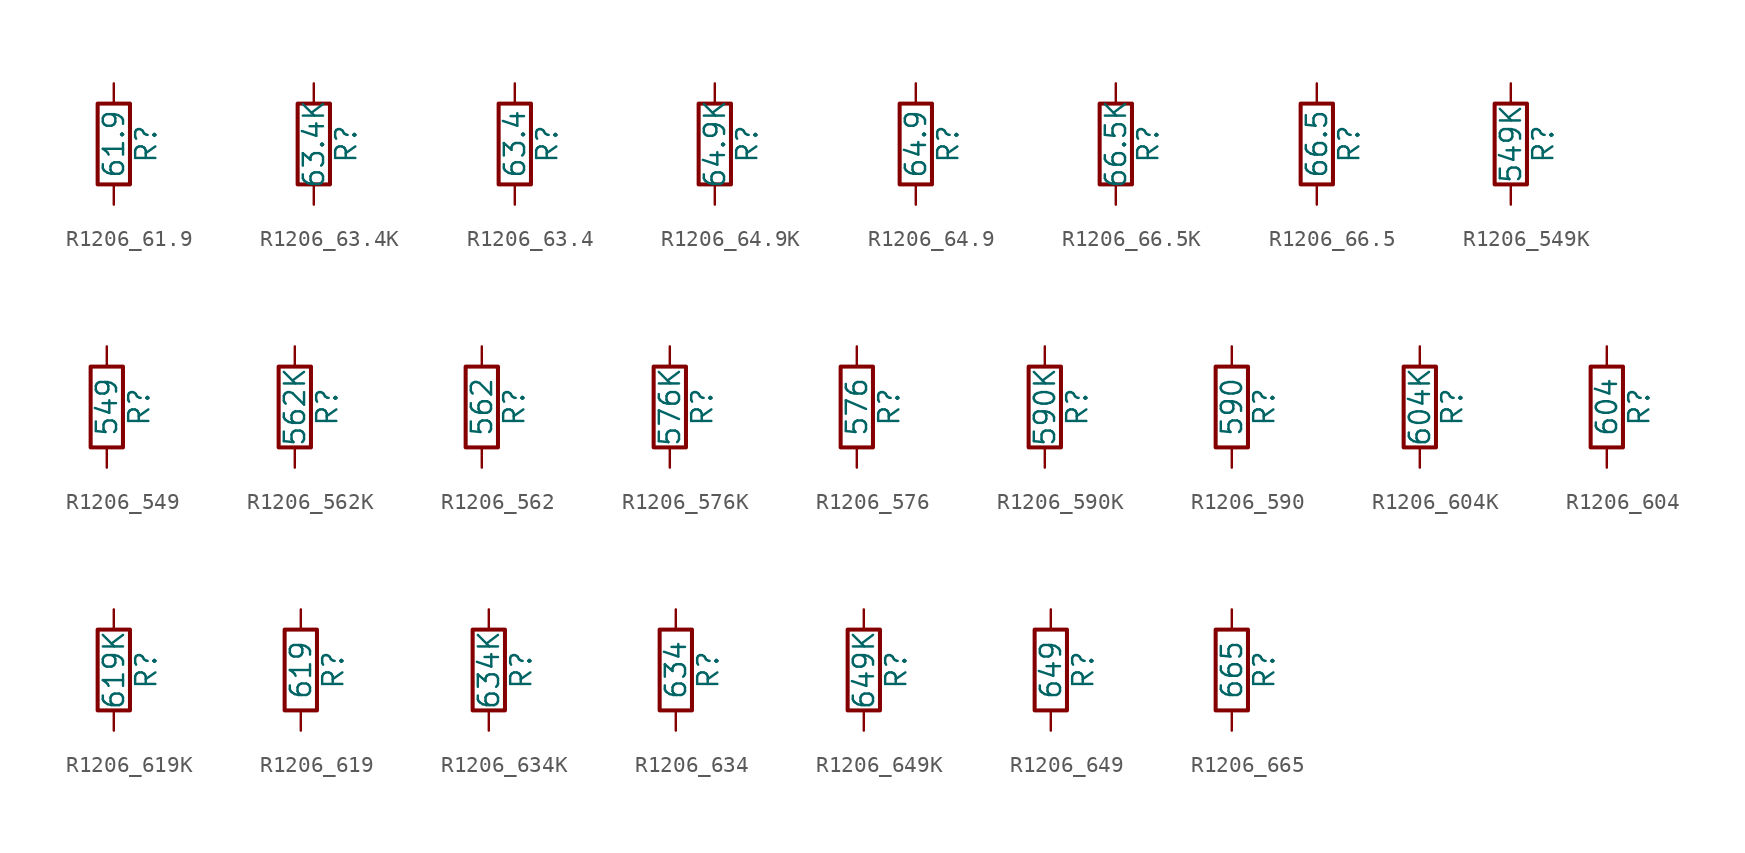
<source format=kicad_sym>
(kicad_symbol_lib
  (version 20211014)
  (generator atlantix-eda)
  (symbol "R1206_61.9"
    (pin_numbers hide)
    (pin_names
      (offset 0))
    (property "Reference" "R"
      (at 2.032 0 90)
      (effects (font (size 1.27 1.27))))
    (property "Value" "61.9"
      (at 0 0 90)
      (effects (font (size 1.27 1.27))))
    (symbol "R1206_61.9_0_1"
      (rectangle (start -1.016 -2.54) (end 1.016 2.54) (stroke (width 0.254) (type default) (color 0 0 0 0)) (fill (type none))))
    (symbol "R1206_61.9_1_1"
      (pin passive line (at 0 3.81 270) (length 1.27) (name "~" (effects (font (size 1.27 1.27)))) (number "1" (effects (font (size 1.27 1.27)))))
      (pin passive line (at 0 -3.81 90) (length 1.27) (name "~" (effects (font (size 1.27 1.27)))) (number "2" (effects (font (size 1.27 1.27)))))))
  (symbol "R1206_63.4K"
    (pin_numbers hide)
    (pin_names
      (offset 0))
    (property "Reference" "R"
      (at 2.032 0 90)
      (effects (font (size 1.27 1.27))))
    (property "Value" "63.4K"
      (at 0 0 90)
      (effects (font (size 1.27 1.27))))
    (symbol "R1206_63.4K_0_1"
      (rectangle (start -1.016 -2.54) (end 1.016 2.54) (stroke (width 0.254) (type default) (color 0 0 0 0)) (fill (type none))))
    (symbol "R1206_63.4K_1_1"
      (pin passive line (at 0 3.81 270) (length 1.27) (name "~" (effects (font (size 1.27 1.27)))) (number "1" (effects (font (size 1.27 1.27)))))
      (pin passive line (at 0 -3.81 90) (length 1.27) (name "~" (effects (font (size 1.27 1.27)))) (number "2" (effects (font (size 1.27 1.27)))))))
  (symbol "R1206_63.4"
    (pin_numbers hide)
    (pin_names
      (offset 0))
    (property "Reference" "R"
      (at 2.032 0 90)
      (effects (font (size 1.27 1.27))))
    (property "Value" "63.4"
      (at 0 0 90)
      (effects (font (size 1.27 1.27))))
    (symbol "R1206_63.4_0_1"
      (rectangle (start -1.016 -2.54) (end 1.016 2.54) (stroke (width 0.254) (type default) (color 0 0 0 0)) (fill (type none))))
    (symbol "R1206_63.4_1_1"
      (pin passive line (at 0 3.81 270) (length 1.27) (name "~" (effects (font (size 1.27 1.27)))) (number "1" (effects (font (size 1.27 1.27)))))
      (pin passive line (at 0 -3.81 90) (length 1.27) (name "~" (effects (font (size 1.27 1.27)))) (number "2" (effects (font (size 1.27 1.27)))))))
  (symbol "R1206_64.9K"
    (pin_numbers hide)
    (pin_names
      (offset 0))
    (property "Reference" "R"
      (at 2.032 0 90)
      (effects (font (size 1.27 1.27))))
    (property "Value" "64.9K"
      (at 0 0 90)
      (effects (font (size 1.27 1.27))))
    (symbol "R1206_64.9K_0_1"
      (rectangle (start -1.016 -2.54) (end 1.016 2.54) (stroke (width 0.254) (type default) (color 0 0 0 0)) (fill (type none))))
    (symbol "R1206_64.9K_1_1"
      (pin passive line (at 0 3.81 270) (length 1.27) (name "~" (effects (font (size 1.27 1.27)))) (number "1" (effects (font (size 1.27 1.27)))))
      (pin passive line (at 0 -3.81 90) (length 1.27) (name "~" (effects (font (size 1.27 1.27)))) (number "2" (effects (font (size 1.27 1.27)))))))
  (symbol "R1206_64.9"
    (pin_numbers hide)
    (pin_names
      (offset 0))
    (property "Reference" "R"
      (at 2.032 0 90)
      (effects (font (size 1.27 1.27))))
    (property "Value" "64.9"
      (at 0 0 90)
      (effects (font (size 1.27 1.27))))
    (symbol "R1206_64.9_0_1"
      (rectangle (start -1.016 -2.54) (end 1.016 2.54) (stroke (width 0.254) (type default) (color 0 0 0 0)) (fill (type none))))
    (symbol "R1206_64.9_1_1"
      (pin passive line (at 0 3.81 270) (length 1.27) (name "~" (effects (font (size 1.27 1.27)))) (number "1" (effects (font (size 1.27 1.27)))))
      (pin passive line (at 0 -3.81 90) (length 1.27) (name "~" (effects (font (size 1.27 1.27)))) (number "2" (effects (font (size 1.27 1.27)))))))
  (symbol "R1206_66.5K"
    (pin_numbers hide)
    (pin_names
      (offset 0))
    (property "Reference" "R"
      (at 2.032 0 90)
      (effects (font (size 1.27 1.27))))
    (property "Value" "66.5K"
      (at 0 0 90)
      (effects (font (size 1.27 1.27))))
    (symbol "R1206_66.5K_0_1"
      (rectangle (start -1.016 -2.54) (end 1.016 2.54) (stroke (width 0.254) (type default) (color 0 0 0 0)) (fill (type none))))
    (symbol "R1206_66.5K_1_1"
      (pin passive line (at 0 3.81 270) (length 1.27) (name "~" (effects (font (size 1.27 1.27)))) (number "1" (effects (font (size 1.27 1.27)))))
      (pin passive line (at 0 -3.81 90) (length 1.27) (name "~" (effects (font (size 1.27 1.27)))) (number "2" (effects (font (size 1.27 1.27)))))))
  (symbol "R1206_66.5"
    (pin_numbers hide)
    (pin_names
      (offset 0))
    (property "Reference" "R"
      (at 2.032 0 90)
      (effects (font (size 1.27 1.27))))
    (property "Value" "66.5"
      (at 0 0 90)
      (effects (font (size 1.27 1.27))))
    (symbol "R1206_66.5_0_1"
      (rectangle (start -1.016 -2.54) (end 1.016 2.54) (stroke (width 0.254) (type default) (color 0 0 0 0)) (fill (type none))))
    (symbol "R1206_66.5_1_1"
      (pin passive line (at 0 3.81 270) (length 1.27) (name "~" (effects (font (size 1.27 1.27)))) (number "1" (effects (font (size 1.27 1.27)))))
      (pin passive line (at 0 -3.81 90) (length 1.27) (name "~" (effects (font (size 1.27 1.27)))) (number "2" (effects (font (size 1.27 1.27)))))))
  (symbol "R1206_549K"
    (pin_numbers hide)
    (pin_names
      (offset 0))
    (property "Reference" "R"
      (at 2.032 0 90)
      (effects (font (size 1.27 1.27))))
    (property "Value" "549K"
      (at 0 0 90)
      (effects (font (size 1.27 1.27))))
    (symbol "R1206_549K_0_1"
      (rectangle (start -1.016 -2.54) (end 1.016 2.54) (stroke (width 0.254) (type default) (color 0 0 0 0)) (fill (type none))))
    (symbol "R1206_549K_1_1"
      (pin passive line (at 0 3.81 270) (length 1.27) (name "~" (effects (font (size 1.27 1.27)))) (number "1" (effects (font (size 1.27 1.27)))))
      (pin passive line (at 0 -3.81 90) (length 1.27) (name "~" (effects (font (size 1.27 1.27)))) (number "2" (effects (font (size 1.27 1.27)))))))
  (symbol "R1206_549"
    (pin_numbers hide)
    (pin_names
      (offset 0))
    (property "Reference" "R"
      (at 2.032 0 90)
      (effects (font (size 1.27 1.27))))
    (property "Value" "549"
      (at 0 0 90)
      (effects (font (size 1.27 1.27))))
    (symbol "R1206_549_0_1"
      (rectangle (start -1.016 -2.54) (end 1.016 2.54) (stroke (width 0.254) (type default) (color 0 0 0 0)) (fill (type none))))
    (symbol "R1206_549_1_1"
      (pin passive line (at 0 3.81 270) (length 1.27) (name "~" (effects (font (size 1.27 1.27)))) (number "1" (effects (font (size 1.27 1.27)))))
      (pin passive line (at 0 -3.81 90) (length 1.27) (name "~" (effects (font (size 1.27 1.27)))) (number "2" (effects (font (size 1.27 1.27)))))))
  (symbol "R1206_562K"
    (pin_numbers hide)
    (pin_names
      (offset 0))
    (property "Reference" "R"
      (at 2.032 0 90)
      (effects (font (size 1.27 1.27))))
    (property "Value" "562K"
      (at 0 0 90)
      (effects (font (size 1.27 1.27))))
    (symbol "R1206_562K_0_1"
      (rectangle (start -1.016 -2.54) (end 1.016 2.54) (stroke (width 0.254) (type default) (color 0 0 0 0)) (fill (type none))))
    (symbol "R1206_562K_1_1"
      (pin passive line (at 0 3.81 270) (length 1.27) (name "~" (effects (font (size 1.27 1.27)))) (number "1" (effects (font (size 1.27 1.27)))))
      (pin passive line (at 0 -3.81 90) (length 1.27) (name "~" (effects (font (size 1.27 1.27)))) (number "2" (effects (font (size 1.27 1.27)))))))
  (symbol "R1206_562"
    (pin_numbers hide)
    (pin_names
      (offset 0))
    (property "Reference" "R"
      (at 2.032 0 90)
      (effects (font (size 1.27 1.27))))
    (property "Value" "562"
      (at 0 0 90)
      (effects (font (size 1.27 1.27))))
    (symbol "R1206_562_0_1"
      (rectangle (start -1.016 -2.54) (end 1.016 2.54) (stroke (width 0.254) (type default) (color 0 0 0 0)) (fill (type none))))
    (symbol "R1206_562_1_1"
      (pin passive line (at 0 3.81 270) (length 1.27) (name "~" (effects (font (size 1.27 1.27)))) (number "1" (effects (font (size 1.27 1.27)))))
      (pin passive line (at 0 -3.81 90) (length 1.27) (name "~" (effects (font (size 1.27 1.27)))) (number "2" (effects (font (size 1.27 1.27)))))))
  (symbol "R1206_576K"
    (pin_numbers hide)
    (pin_names
      (offset 0))
    (property "Reference" "R"
      (at 2.032 0 90)
      (effects (font (size 1.27 1.27))))
    (property "Value" "576K"
      (at 0 0 90)
      (effects (font (size 1.27 1.27))))
    (symbol "R1206_576K_0_1"
      (rectangle (start -1.016 -2.54) (end 1.016 2.54) (stroke (width 0.254) (type default) (color 0 0 0 0)) (fill (type none))))
    (symbol "R1206_576K_1_1"
      (pin passive line (at 0 3.81 270) (length 1.27) (name "~" (effects (font (size 1.27 1.27)))) (number "1" (effects (font (size 1.27 1.27)))))
      (pin passive line (at 0 -3.81 90) (length 1.27) (name "~" (effects (font (size 1.27 1.27)))) (number "2" (effects (font (size 1.27 1.27)))))))
  (symbol "R1206_576"
    (pin_numbers hide)
    (pin_names
      (offset 0))
    (property "Reference" "R"
      (at 2.032 0 90)
      (effects (font (size 1.27 1.27))))
    (property "Value" "576"
      (at 0 0 90)
      (effects (font (size 1.27 1.27))))
    (symbol "R1206_576_0_1"
      (rectangle (start -1.016 -2.54) (end 1.016 2.54) (stroke (width 0.254) (type default) (color 0 0 0 0)) (fill (type none))))
    (symbol "R1206_576_1_1"
      (pin passive line (at 0 3.81 270) (length 1.27) (name "~" (effects (font (size 1.27 1.27)))) (number "1" (effects (font (size 1.27 1.27)))))
      (pin passive line (at 0 -3.81 90) (length 1.27) (name "~" (effects (font (size 1.27 1.27)))) (number "2" (effects (font (size 1.27 1.27)))))))
  (symbol "R1206_590K"
    (pin_numbers hide)
    (pin_names
      (offset 0))
    (property "Reference" "R"
      (at 2.032 0 90)
      (effects (font (size 1.27 1.27))))
    (property "Value" "590K"
      (at 0 0 90)
      (effects (font (size 1.27 1.27))))
    (symbol "R1206_590K_0_1"
      (rectangle (start -1.016 -2.54) (end 1.016 2.54) (stroke (width 0.254) (type default) (color 0 0 0 0)) (fill (type none))))
    (symbol "R1206_590K_1_1"
      (pin passive line (at 0 3.81 270) (length 1.27) (name "~" (effects (font (size 1.27 1.27)))) (number "1" (effects (font (size 1.27 1.27)))))
      (pin passive line (at 0 -3.81 90) (length 1.27) (name "~" (effects (font (size 1.27 1.27)))) (number "2" (effects (font (size 1.27 1.27)))))))
  (symbol "R1206_590"
    (pin_numbers hide)
    (pin_names
      (offset 0))
    (property "Reference" "R"
      (at 2.032 0 90)
      (effects (font (size 1.27 1.27))))
    (property "Value" "590"
      (at 0 0 90)
      (effects (font (size 1.27 1.27))))
    (symbol "R1206_590_0_1"
      (rectangle (start -1.016 -2.54) (end 1.016 2.54) (stroke (width 0.254) (type default) (color 0 0 0 0)) (fill (type none))))
    (symbol "R1206_590_1_1"
      (pin passive line (at 0 3.81 270) (length 1.27) (name "~" (effects (font (size 1.27 1.27)))) (number "1" (effects (font (size 1.27 1.27)))))
      (pin passive line (at 0 -3.81 90) (length 1.27) (name "~" (effects (font (size 1.27 1.27)))) (number "2" (effects (font (size 1.27 1.27)))))))
  (symbol "R1206_604K"
    (pin_numbers hide)
    (pin_names
      (offset 0))
    (property "Reference" "R"
      (at 2.032 0 90)
      (effects (font (size 1.27 1.27))))
    (property "Value" "604K"
      (at 0 0 90)
      (effects (font (size 1.27 1.27))))
    (symbol "R1206_604K_0_1"
      (rectangle (start -1.016 -2.54) (end 1.016 2.54) (stroke (width 0.254) (type default) (color 0 0 0 0)) (fill (type none))))
    (symbol "R1206_604K_1_1"
      (pin passive line (at 0 3.81 270) (length 1.27) (name "~" (effects (font (size 1.27 1.27)))) (number "1" (effects (font (size 1.27 1.27)))))
      (pin passive line (at 0 -3.81 90) (length 1.27) (name "~" (effects (font (size 1.27 1.27)))) (number "2" (effects (font (size 1.27 1.27)))))))
  (symbol "R1206_604"
    (pin_numbers hide)
    (pin_names
      (offset 0))
    (property "Reference" "R"
      (at 2.032 0 90)
      (effects (font (size 1.27 1.27))))
    (property "Value" "604"
      (at 0 0 90)
      (effects (font (size 1.27 1.27))))
    (symbol "R1206_604_0_1"
      (rectangle (start -1.016 -2.54) (end 1.016 2.54) (stroke (width 0.254) (type default) (color 0 0 0 0)) (fill (type none))))
    (symbol "R1206_604_1_1"
      (pin passive line (at 0 3.81 270) (length 1.27) (name "~" (effects (font (size 1.27 1.27)))) (number "1" (effects (font (size 1.27 1.27)))))
      (pin passive line (at 0 -3.81 90) (length 1.27) (name "~" (effects (font (size 1.27 1.27)))) (number "2" (effects (font (size 1.27 1.27)))))))
  (symbol "R1206_619K"
    (pin_numbers hide)
    (pin_names
      (offset 0))
    (property "Reference" "R"
      (at 2.032 0 90)
      (effects (font (size 1.27 1.27))))
    (property "Value" "619K"
      (at 0 0 90)
      (effects (font (size 1.27 1.27))))
    (symbol "R1206_619K_0_1"
      (rectangle (start -1.016 -2.54) (end 1.016 2.54) (stroke (width 0.254) (type default) (color 0 0 0 0)) (fill (type none))))
    (symbol "R1206_619K_1_1"
      (pin passive line (at 0 3.81 270) (length 1.27) (name "~" (effects (font (size 1.27 1.27)))) (number "1" (effects (font (size 1.27 1.27)))))
      (pin passive line (at 0 -3.81 90) (length 1.27) (name "~" (effects (font (size 1.27 1.27)))) (number "2" (effects (font (size 1.27 1.27)))))))
  (symbol "R1206_619"
    (pin_numbers hide)
    (pin_names
      (offset 0))
    (property "Reference" "R"
      (at 2.032 0 90)
      (effects (font (size 1.27 1.27))))
    (property "Value" "619"
      (at 0 0 90)
      (effects (font (size 1.27 1.27))))
    (symbol "R1206_619_0_1"
      (rectangle (start -1.016 -2.54) (end 1.016 2.54) (stroke (width 0.254) (type default) (color 0 0 0 0)) (fill (type none))))
    (symbol "R1206_619_1_1"
      (pin passive line (at 0 3.81 270) (length 1.27) (name "~" (effects (font (size 1.27 1.27)))) (number "1" (effects (font (size 1.27 1.27)))))
      (pin passive line (at 0 -3.81 90) (length 1.27) (name "~" (effects (font (size 1.27 1.27)))) (number "2" (effects (font (size 1.27 1.27)))))))
  (symbol "R1206_634K"
    (pin_numbers hide)
    (pin_names
      (offset 0))
    (property "Reference" "R"
      (at 2.032 0 90)
      (effects (font (size 1.27 1.27))))
    (property "Value" "634K"
      (at 0 0 90)
      (effects (font (size 1.27 1.27))))
    (symbol "R1206_634K_0_1"
      (rectangle (start -1.016 -2.54) (end 1.016 2.54) (stroke (width 0.254) (type default) (color 0 0 0 0)) (fill (type none))))
    (symbol "R1206_634K_1_1"
      (pin passive line (at 0 3.81 270) (length 1.27) (name "~" (effects (font (size 1.27 1.27)))) (number "1" (effects (font (size 1.27 1.27)))))
      (pin passive line (at 0 -3.81 90) (length 1.27) (name "~" (effects (font (size 1.27 1.27)))) (number "2" (effects (font (size 1.27 1.27)))))))
  (symbol "R1206_634"
    (pin_numbers hide)
    (pin_names
      (offset 0))
    (property "Reference" "R"
      (at 2.032 0 90)
      (effects (font (size 1.27 1.27))))
    (property "Value" "634"
      (at 0 0 90)
      (effects (font (size 1.27 1.27))))
    (symbol "R1206_634_0_1"
      (rectangle (start -1.016 -2.54) (end 1.016 2.54) (stroke (width 0.254) (type default) (color 0 0 0 0)) (fill (type none))))
    (symbol "R1206_634_1_1"
      (pin passive line (at 0 3.81 270) (length 1.27) (name "~" (effects (font (size 1.27 1.27)))) (number "1" (effects (font (size 1.27 1.27)))))
      (pin passive line (at 0 -3.81 90) (length 1.27) (name "~" (effects (font (size 1.27 1.27)))) (number "2" (effects (font (size 1.27 1.27)))))))
  (symbol "R1206_649K"
    (pin_numbers hide)
    (pin_names
      (offset 0))
    (property "Reference" "R"
      (at 2.032 0 90)
      (effects (font (size 1.27 1.27))))
    (property "Value" "649K"
      (at 0 0 90)
      (effects (font (size 1.27 1.27))))
    (symbol "R1206_649K_0_1"
      (rectangle (start -1.016 -2.54) (end 1.016 2.54) (stroke (width 0.254) (type default) (color 0 0 0 0)) (fill (type none))))
    (symbol "R1206_649K_1_1"
      (pin passive line (at 0 3.81 270) (length 1.27) (name "~" (effects (font (size 1.27 1.27)))) (number "1" (effects (font (size 1.27 1.27)))))
      (pin passive line (at 0 -3.81 90) (length 1.27) (name "~" (effects (font (size 1.27 1.27)))) (number "2" (effects (font (size 1.27 1.27)))))))
  (symbol "R1206_649"
    (pin_numbers hide)
    (pin_names
      (offset 0))
    (property "Reference" "R"
      (at 2.032 0 90)
      (effects (font (size 1.27 1.27))))
    (property "Value" "649"
      (at 0 0 90)
      (effects (font (size 1.27 1.27))))
    (symbol "R1206_649_0_1"
      (rectangle (start -1.016 -2.54) (end 1.016 2.54) (stroke (width 0.254) (type default) (color 0 0 0 0)) (fill (type none))))
    (symbol "R1206_649_1_1"
      (pin passive line (at 0 3.81 270) (length 1.27) (name "~" (effects (font (size 1.27 1.27)))) (number "1" (effects (font (size 1.27 1.27)))))
      (pin passive line (at 0 -3.81 90) (length 1.27) (name "~" (effects (font (size 1.27 1.27)))) (number "2" (effects (font (size 1.27 1.27)))))))
  (symbol "R1206_665"
    (pin_numbers hide)
    (pin_names
      (offset 0))
    (property "Reference" "R"
      (at 2.032 0 90)
      (effects (font (size 1.27 1.27))))
    (property "Value" "665"
      (at 0 0 90)
      (effects (font (size 1.27 1.27))))
    (symbol "R1206_665_0_1"
      (rectangle (start -1.016 -2.54) (end 1.016 2.54) (stroke (width 0.254) (type default) (color 0 0 0 0)) (fill (type none))))
    (symbol "R1206_665_1_1"
      (pin passive line (at 0 3.81 270) (length 1.27) (name "~" (effects (font (size 1.27 1.27)))) (number "1" (effects (font (size 1.27 1.27)))))
      (pin passive line (at 0 -3.81 90) (length 1.27) (name "~" (effects (font (size 1.27 1.27)))) (number "2" (effects (font (size 1.27 1.27))))))))
</source>
